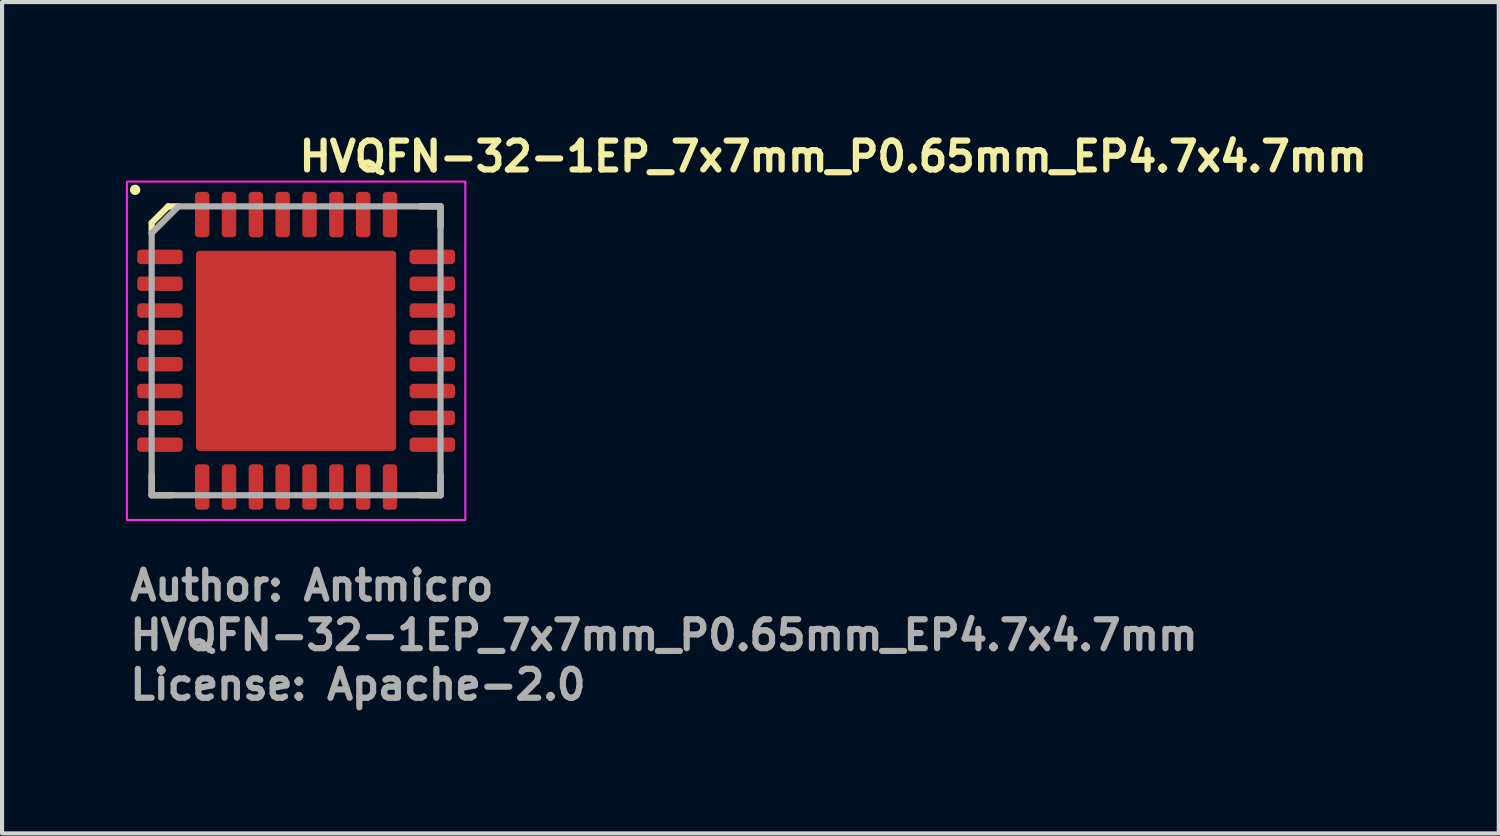
<source format=kicad_pcb>
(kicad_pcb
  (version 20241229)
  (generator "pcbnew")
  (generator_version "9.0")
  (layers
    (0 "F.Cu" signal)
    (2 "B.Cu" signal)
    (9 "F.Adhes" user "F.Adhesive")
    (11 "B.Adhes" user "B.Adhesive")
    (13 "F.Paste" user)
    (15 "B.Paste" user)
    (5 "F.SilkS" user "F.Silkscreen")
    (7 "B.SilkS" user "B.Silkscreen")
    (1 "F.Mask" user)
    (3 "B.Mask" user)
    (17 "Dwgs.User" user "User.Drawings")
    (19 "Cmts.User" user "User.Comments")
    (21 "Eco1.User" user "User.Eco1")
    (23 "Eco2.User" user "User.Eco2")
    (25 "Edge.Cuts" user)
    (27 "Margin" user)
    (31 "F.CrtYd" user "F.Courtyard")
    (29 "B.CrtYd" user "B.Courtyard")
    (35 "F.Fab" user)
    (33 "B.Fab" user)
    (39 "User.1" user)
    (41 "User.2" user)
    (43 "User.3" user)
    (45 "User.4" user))
  (footprint "HVQFN-32-1EP_7x7mm_P0.65mm_EP4.7x4.7mm"
    (layer "F.Cu")
    (at 4.125 5.45)
    (property "Reference" "HVQFN-32-1EP_7x7mm_P0.65mm_EP4.7x4.7mm" (at 0 -4.3 0) (layer "F.SilkS") (effects (font (size 0.7 0.7) (thickness 0.15)) (justify left bottom)))
    (attr smd)
    (fp_line (start -3.5 -3.1) (end -3.1 -3.5) (stroke (width 0.15) (type solid)) (layer "F.SilkS"))
    (fp_line (start -3.5 -2.85) (end -3.5 -3.1) (stroke (width 0.15) (type solid)) (layer "F.SilkS"))
    (fp_line (start -3.5 3) (end -3.5 3.5) (stroke (width 0.15) (type solid)) (layer "F.SilkS"))
    (fp_line (start -3 3.5) (end -3.5 3.5) (stroke (width 0.15) (type solid)) (layer "F.SilkS"))
    (fp_line (start -2.85 -3.5) (end -3.1 -3.5) (stroke (width 0.15) (type solid)) (layer "F.SilkS"))
    (fp_line (start 3 -3.5) (end 3.5 -3.5) (stroke (width 0.15) (type solid)) (layer "F.SilkS"))
    (fp_line (start 3 3.5) (end 3.5 3.5) (stroke (width 0.15) (type solid)) (layer "F.SilkS"))
    (fp_line (start 3.5 -3) (end 3.5 -3.5) (stroke (width 0.15) (type solid)) (layer "F.SilkS"))
    (fp_line (start 3.5 3) (end 3.5 3.5) (stroke (width 0.15) (type solid)) (layer "F.SilkS"))
    (fp_circle (center -3.9 -3.9) (end -3.85 -3.9) (stroke (width 0.15) (type solid)) (fill yes) (layer "F.SilkS"))
    (fp_rect (start -4.1 -4.1) (end 4.1 4.1) (stroke (width 0.05) (type solid)) (fill no) (layer "F.CrtYd"))
    (fp_line (start -3.5 -2.85) (end -2.85 -3.5) (stroke (width 0.15) (type solid)) (layer "F.Fab"))
    (fp_line (start -3.5 3.5) (end -3.5 -2.85) (stroke (width 0.15) (type solid)) (layer "F.Fab"))
    (fp_line (start -2.85 -3.5) (end 3.5 -3.5) (stroke (width 0.15) (type solid)) (layer "F.Fab"))
    (fp_line (start 3.5 -3.5) (end 3.5 3.5) (stroke (width 0.15) (type solid)) (layer "F.Fab"))
    (fp_line (start 3.5 3.5) (end -3.5 3.5) (stroke (width 0.15) (type solid)) (layer "F.Fab"))
    (fp_rect (start -3.55 -3.55) (end 3.55 3.55) (stroke (width 0.1) (type solid)) (fill no) (layer "User.5"))
    (fp_line (start -3.55 -2.42) (end -3.5 -2.42) (stroke (width 0.02) (type solid)) (layer "User.9"))
    (fp_line (start -3.55 -2.13) (end -3.55 -2.42) (stroke (width 0.02) (type solid)) (layer "User.9"))
    (fp_line (start -3.55 -2.13) (end -3.5 -2.13) (stroke (width 0.02) (type solid)) (layer "User.9"))
    (fp_line (start -3.55 -1.77) (end -3.5 -1.77) (stroke (width 0.02) (type solid)) (layer "User.9"))
    (fp_line (start -3.55 -1.48) (end -3.55 -1.77) (stroke (width 0.02) (type solid)) (layer "User.9"))
    (fp_line (start -3.55 -1.48) (end -3.5 -1.48) (stroke (width 0.02) (type solid)) (layer "User.9"))
    (fp_line (start -3.55 -1.12) (end -3.5 -1.12) (stroke (width 0.02) (type solid)) (layer "User.9"))
    (fp_line (start -3.55 -0.83) (end -3.55 -1.12) (stroke (width 0.02) (type solid)) (layer "User.9"))
    (fp_line (start -3.55 -0.83) (end -3.5 -0.83) (stroke (width 0.02) (type solid)) (layer "User.9"))
    (fp_line (start -3.55 -0.47) (end -3.5 -0.47) (stroke (width 0.02) (type solid)) (layer "User.9"))
    (fp_line (start -3.55 -0.18) (end -3.55 -0.47) (stroke (width 0.02) (type solid)) (layer "User.9"))
    (fp_line (start -3.55 -0.18) (end -3.5 -0.18) (stroke (width 0.02) (type solid)) (layer "User.9"))
    (fp_line (start -3.55 0.18) (end -3.5 0.18) (stroke (width 0.02) (type solid)) (layer "User.9"))
    (fp_line (start -3.55 0.47) (end -3.55 0.18) (stroke (width 0.02) (type solid)) (layer "User.9"))
    (fp_line (start -3.55 0.47) (end -3.5 0.47) (stroke (width 0.02) (type solid)) (layer "User.9"))
    (fp_line (start -3.55 0.83) (end -3.5 0.83) (stroke (width 0.02) (type solid)) (layer "User.9"))
    (fp_line (start -3.55 1.12) (end -3.55 0.83) (stroke (width 0.02) (type solid)) (layer "User.9"))
    (fp_line (start -3.55 1.12) (end -3.5 1.12) (stroke (width 0.02) (type solid)) (layer "User.9"))
    (fp_line (start -3.55 1.48) (end -3.5 1.48) (stroke (width 0.02) (type solid)) (layer "User.9"))
    (fp_line (start -3.55 1.77) (end -3.55 1.48) (stroke (width 0.02) (type solid)) (layer "User.9"))
    (fp_line (start -3.55 1.77) (end -3.5 1.77) (stroke (width 0.02) (type solid)) (layer "User.9"))
    (fp_line (start -3.55 2.13) (end -3.5 2.13) (stroke (width 0.02) (type solid)) (layer "User.9"))
    (fp_line (start -3.55 2.42) (end -3.55 2.13) (stroke (width 0.02) (type solid)) (layer "User.9"))
    (fp_line (start -3.55 2.42) (end -3.5 2.42) (stroke (width 0.02) (type solid)) (layer "User.9"))
    (fp_line (start -3.5 -3.5) (end 3.5 -3.5) (stroke (width 0.02) (type solid)) (layer "User.9"))
    (fp_line (start -3.5 -1.77) (end -3.5 -2.13) (stroke (width 0.02) (type solid)) (layer "User.9"))
    (fp_line (start -3.5 -1.12) (end -3.5 -0.47) (stroke (width 0.02) (type solid)) (layer "User.9"))
    (fp_line (start -3.5 -0.83) (end -3.5 -1.12) (stroke (width 0.02) (type solid)) (layer "User.9"))
    (fp_line (start -3.5 -0.18) (end -3.5 0.18) (stroke (width 0.02) (type solid)) (layer "User.9"))
    (fp_line (start -3.5 0.47) (end -3.5 0.83) (stroke (width 0.02) (type solid)) (layer "User.9"))
    (fp_line (start -3.5 1.12) (end -3.5 1.48) (stroke (width 0.02) (type solid)) (layer "User.9"))
    (fp_line (start -3.5 1.77) (end -3.5 2.13) (stroke (width 0.02) (type solid)) (layer "User.9"))
    (fp_line (start -3.5 3.5) (end -3.5 -3.5) (stroke (width 0.02) (type solid)) (layer "User.9"))
    (fp_line (start -3.5 3.5) (end 3.5 3.5) (stroke (width 0.02) (type solid)) (layer "User.9"))
    (fp_line (start -3.062 -2.654) (end -3.062 -2.596) (stroke (width 0.02) (type solid)) (layer "User.9"))
    (fp_line (start -3.062 -2.596) (end -3.054 -2.538) (stroke (width 0.02) (type solid)) (layer "User.9"))
    (fp_line (start -3.054 -2.712) (end -3.062 -2.654) (stroke (width 0.02) (type solid)) (layer "User.9"))
    (fp_line (start -3.054 -2.538) (end -3.038 -2.481) (stroke (width 0.02) (type solid)) (layer "User.9"))
    (fp_line (start -3.038 -2.769) (end -3.054 -2.712) (stroke (width 0.02) (type solid)) (layer "User.9"))
    (fp_line (start -3.038 -2.481) (end -3.015 -2.428) (stroke (width 0.02) (type solid)) (layer "User.9"))
    (fp_line (start -3.016 -2.823) (end -3.038 -2.769) (stroke (width 0.02) (type solid)) (layer "User.9"))
    (fp_line (start -3.015 -2.428) (end -2.985 -2.378) (stroke (width 0.02) (type solid)) (layer "User.9"))
    (fp_line (start -2.986 -2.873) (end -3.016 -2.823) (stroke (width 0.02) (type solid)) (layer "User.9"))
    (fp_line (start -2.985 -2.378) (end -2.949 -2.332) (stroke (width 0.02) (type solid)) (layer "User.9"))
    (fp_line (start -2.949 -2.919) (end -2.986 -2.873) (stroke (width 0.02) (type solid)) (layer "User.9"))
    (fp_line (start -2.949 -2.332) (end -2.907 -2.291) (stroke (width 0.02) (type solid)) (layer "User.9"))
    (fp_line (start -2.907 -2.959) (end -2.949 -2.919) (stroke (width 0.02) (type solid)) (layer "User.9"))
    (fp_line (start -2.907 -2.291) (end -2.86 -2.256) (stroke (width 0.02) (type solid)) (layer "User.9"))
    (fp_line (start -2.86 -2.994) (end -2.907 -2.959) (stroke (width 0.02) (type solid)) (layer "User.9"))
    (fp_line (start -2.86 -2.256) (end -2.81 -2.228) (stroke (width 0.02) (type solid)) (layer "User.9"))
    (fp_line (start -2.81 -2.228) (end -2.755 -2.208) (stroke (width 0.02) (type solid)) (layer "User.9"))
    (fp_line (start -2.809 -3.022) (end -2.86 -2.994) (stroke (width 0.02) (type solid)) (layer "User.9"))
    (fp_line (start -2.755 -3.043) (end -2.809 -3.022) (stroke (width 0.02) (type solid)) (layer "User.9"))
    (fp_line (start -2.755 -2.208) (end -2.698 -2.194) (stroke (width 0.02) (type solid)) (layer "User.9"))
    (fp_line (start -2.698 -3.056) (end -2.755 -3.043) (stroke (width 0.02) (type solid)) (layer "User.9"))
    (fp_line (start -2.698 -2.194) (end -2.64 -2.188) (stroke (width 0.02) (type solid)) (layer "User.9"))
    (fp_line (start -2.64 -3.062) (end -2.698 -3.056) (stroke (width 0.02) (type solid)) (layer "User.9"))
    (fp_line (start -2.64 -2.188) (end -2.581 -2.19) (stroke (width 0.02) (type solid)) (layer "User.9"))
    (fp_line (start -2.581 -3.061) (end -2.64 -3.062) (stroke (width 0.02) (type solid)) (layer "User.9"))
    (fp_line (start -2.581 -2.19) (end -2.524 -2.2) (stroke (width 0.02) (type solid)) (layer "User.9"))
    (fp_line (start -2.524 -3.051) (end -2.581 -3.061) (stroke (width 0.02) (type solid)) (layer "User.9"))
    (fp_line (start -2.524 -3.051) (end -2.468 -3.033) (stroke (width 0.02) (type solid)) (layer "User.9"))
    (fp_line (start -2.524 -2.2) (end -2.468 -2.217) (stroke (width 0.02) (type solid)) (layer "User.9"))
    (fp_line (start -2.468 -2.217) (end -2.415 -2.241) (stroke (width 0.02) (type solid)) (layer "User.9"))
    (fp_line (start -2.42 -3.55) (end -2.13 -3.55) (stroke (width 0.02) (type solid)) (layer "User.9"))
    (fp_line (start -2.42 -3.5) (end -2.42 -3.55) (stroke (width 0.02) (type solid)) (layer "User.9"))
    (fp_line (start -2.42 -3.018) (end -2.524 -3.051) (stroke (width 0.02) (type solid)) (layer "User.9"))
    (fp_line (start -2.42 -3.018) (end -2.415 -3.009) (stroke (width 0.02) (type solid)) (layer "User.9"))
    (fp_line (start -2.42 3.5) (end -2.13 3.5) (stroke (width 0.02) (type solid)) (layer "User.9"))
    (fp_line (start -2.42 3.55) (end -2.42 3.5) (stroke (width 0.02) (type solid)) (layer "User.9"))
    (fp_line (start -2.415 -3.009) (end -2.468 -3.033) (stroke (width 0.02) (type solid)) (layer "User.9"))
    (fp_line (start -2.415 -2.241) (end -2.365 -2.273) (stroke (width 0.02) (type solid)) (layer "User.9"))
    (fp_line (start -2.365 -2.977) (end -2.415 -3.009) (stroke (width 0.02) (type solid)) (layer "User.9"))
    (fp_line (start -2.365 -2.273) (end -2.321 -2.311) (stroke (width 0.02) (type solid)) (layer "User.9"))
    (fp_line (start -2.321 -2.939) (end -2.365 -2.977) (stroke (width 0.02) (type solid)) (layer "User.9"))
    (fp_line (start -2.321 -2.311) (end -2.281 -2.354) (stroke (width 0.02) (type solid)) (layer "User.9"))
    (fp_line (start -2.282 -2.896) (end -2.321 -2.939) (stroke (width 0.02) (type solid)) (layer "User.9"))
    (fp_line (start -2.281 -2.354) (end -2.249 -2.402) (stroke (width 0.02) (type solid)) (layer "User.9"))
    (fp_line (start -2.249 -2.848) (end -2.282 -2.896) (stroke (width 0.02) (type solid)) (layer "User.9"))
    (fp_line (start -2.249 -2.402) (end -2.222 -2.454) (stroke (width 0.02) (type solid)) (layer "User.9"))
    (fp_line (start -2.223 -2.796) (end -2.249 -2.848) (stroke (width 0.02) (type solid)) (layer "User.9"))
    (fp_line (start -2.222 -2.454) (end -2.203 -2.509) (stroke (width 0.02) (type solid)) (layer "User.9"))
    (fp_line (start -2.203 -2.741) (end -2.223 -2.796) (stroke (width 0.02) (type solid)) (layer "User.9"))
    (fp_line (start -2.203 -2.509) (end -2.191 -2.567) (stroke (width 0.02) (type solid)) (layer "User.9"))
    (fp_line (start -2.191 -2.683) (end -2.203 -2.741) (stroke (width 0.02) (type solid)) (layer "User.9"))
    (fp_line (start -2.191 -2.567) (end -2.188 -2.625) (stroke (width 0.02) (type solid)) (layer "User.9"))
    (fp_line (start -2.188 -2.625) (end -2.191 -2.683) (stroke (width 0.02) (type solid)) (layer "User.9"))
    (fp_line (start -2.13 -3.5) (end -2.13 -3.55) (stroke (width 0.02) (type solid)) (layer "User.9"))
    (fp_line (start -2.13 3.55) (end -2.42 3.55) (stroke (width 0.02) (type solid)) (layer "User.9"))
    (fp_line (start -2.13 3.55) (end -2.13 3.5) (stroke (width 0.02) (type solid)) (layer "User.9"))
    (fp_line (start -1.77 -3.55) (end -1.48 -3.55) (stroke (width 0.02) (type solid)) (layer "User.9"))
    (fp_line (start -1.77 -3.5) (end -2.13 -3.5) (stroke (width 0.02) (type solid)) (layer "User.9"))
    (fp_line (start -1.77 -3.5) (end -1.77 -3.55) (stroke (width 0.02) (type solid)) (layer "User.9"))
    (fp_line (start -1.77 3.5) (end -1.48 3.5) (stroke (width 0.02) (type solid)) (layer "User.9"))
    (fp_line (start -1.77 3.55) (end -1.77 3.5) (stroke (width 0.02) (type solid)) (layer "User.9"))
    (fp_line (start -1.48 -3.5) (end -1.48 -3.55) (stroke (width 0.02) (type solid)) (layer "User.9"))
    (fp_line (start -1.48 3.55) (end -1.77 3.55) (stroke (width 0.02) (type solid)) (layer "User.9"))
    (fp_line (start -1.48 3.55) (end -1.48 3.5) (stroke (width 0.02) (type solid)) (layer "User.9"))
    (fp_line (start -1.12 -3.55) (end -0.83 -3.55) (stroke (width 0.02) (type solid)) (layer "User.9"))
    (fp_line (start -1.12 -3.5) (end -1.48 -3.5) (stroke (width 0.02) (type solid)) (layer "User.9"))
    (fp_line (start -1.12 -3.5) (end -1.12 -3.55) (stroke (width 0.02) (type solid)) (layer "User.9"))
    (fp_line (start -1.12 3.5) (end -0.83 3.5) (stroke (width 0.02) (type solid)) (layer "User.9"))
    (fp_line (start -1.12 3.55) (end -1.12 3.5) (stroke (width 0.02) (type solid)) (layer "User.9"))
    (fp_line (start -0.83 -3.5) (end -0.83 -3.55) (stroke (width 0.02) (type solid)) (layer "User.9"))
    (fp_line (start -0.83 3.55) (end -1.12 3.55) (stroke (width 0.02) (type solid)) (layer "User.9"))
    (fp_line (start -0.83 3.55) (end -0.83 3.5) (stroke (width 0.02) (type solid)) (layer "User.9"))
    (fp_line (start -0.47 -3.55) (end -0.18 -3.55) (stroke (width 0.02) (type solid)) (layer "User.9"))
    (fp_line (start -0.47 -3.5) (end -0.83 -3.5) (stroke (width 0.02) (type solid)) (layer "User.9"))
    (fp_line (start -0.47 -3.5) (end -0.47 -3.55) (stroke (width 0.02) (type solid)) (layer "User.9"))
    (fp_line (start -0.47 3.5) (end 0.18 3.5) (stroke (width 0.02) (type solid)) (layer "User.9"))
    (fp_line (start -0.47 3.55) (end -0.47 3.5) (stroke (width 0.02) (type solid)) (layer "User.9"))
    (fp_line (start -0.47 3.55) (end -0.18 3.55) (stroke (width 0.02) (type solid)) (layer "User.9"))
    (fp_line (start -0.18 -3.5) (end -0.18 -3.55) (stroke (width 0.02) (type solid)) (layer "User.9"))
    (fp_line (start -0.18 3.5) (end -0.47 3.5) (stroke (width 0.02) (type solid)) (layer "User.9"))
    (fp_line (start -0.18 3.55) (end -0.18 3.5) (stroke (width 0.02) (type solid)) (layer "User.9"))
    (fp_line (start 0.18 -3.55) (end 0.47 -3.55) (stroke (width 0.02) (type solid)) (layer "User.9"))
    (fp_line (start 0.18 -3.5) (end 0.18 -3.55) (stroke (width 0.02) (type solid)) (layer "User.9"))
    (fp_line (start 0.18 3.55) (end 0.18 3.5) (stroke (width 0.02) (type solid)) (layer "User.9"))
    (fp_line (start 0.18 3.55) (end 0.47 3.55) (stroke (width 0.02) (type solid)) (layer "User.9"))
    (fp_line (start 0.47 -3.5) (end 0.18 -3.5) (stroke (width 0.02) (type solid)) (layer "User.9"))
    (fp_line (start 0.47 -3.5) (end 0.47 -3.55) (stroke (width 0.02) (type solid)) (layer "User.9"))
    (fp_line (start 0.47 3.5) (end 0.83 3.5) (stroke (width 0.02) (type solid)) (layer "User.9"))
    (fp_line (start 0.47 3.55) (end 0.47 3.5) (stroke (width 0.02) (type solid)) (layer "User.9"))
    (fp_line (start 0.83 -3.55) (end 1.12 -3.55) (stroke (width 0.02) (type solid)) (layer "User.9"))
    (fp_line (start 0.83 -3.5) (end 0.83 -3.55) (stroke (width 0.02) (type solid)) (layer "User.9"))
    (fp_line (start 0.83 3.55) (end 0.83 3.5) (stroke (width 0.02) (type solid)) (layer "User.9"))
    (fp_line (start 0.83 3.55) (end 1.12 3.55) (stroke (width 0.02) (type solid)) (layer "User.9"))
    (fp_line (start 1.12 -3.5) (end 0.83 -3.5) (stroke (width 0.02) (type solid)) (layer "User.9"))
    (fp_line (start 1.12 -3.5) (end 1.12 -3.55) (stroke (width 0.02) (type solid)) (layer "User.9"))
    (fp_line (start 1.12 3.5) (end 1.48 3.5) (stroke (width 0.02) (type solid)) (layer "User.9"))
    (fp_line (start 1.12 3.55) (end 1.12 3.5) (stroke (width 0.02) (type solid)) (layer "User.9"))
    (fp_line (start 1.48 -3.55) (end 1.77 -3.55) (stroke (width 0.02) (type solid)) (layer "User.9"))
    (fp_line (start 1.48 -3.5) (end 1.48 -3.55) (stroke (width 0.02) (type solid)) (layer "User.9"))
    (fp_line (start 1.48 3.55) (end 1.48 3.5) (stroke (width 0.02) (type solid)) (layer "User.9"))
    (fp_line (start 1.48 3.55) (end 1.77 3.55) (stroke (width 0.02) (type solid)) (layer "User.9"))
    (fp_line (start 1.77 -3.5) (end 1.48 -3.5) (stroke (width 0.02) (type solid)) (layer "User.9"))
    (fp_line (start 1.77 -3.5) (end 1.77 -3.55) (stroke (width 0.02) (type solid)) (layer "User.9"))
    (fp_line (start 1.77 3.5) (end 2.13 3.5) (stroke (width 0.02) (type solid)) (layer "User.9"))
    (fp_line (start 1.77 3.55) (end 1.77 3.5) (stroke (width 0.02) (type solid)) (layer "User.9"))
    (fp_line (start 2.13 -3.55) (end 2.42 -3.55) (stroke (width 0.02) (type solid)) (layer "User.9"))
    (fp_line (start 2.13 -3.5) (end 2.13 -3.55) (stroke (width 0.02) (type solid)) (layer "User.9"))
    (fp_line (start 2.13 3.55) (end 2.13 3.5) (stroke (width 0.02) (type solid)) (layer "User.9"))
    (fp_line (start 2.13 3.55) (end 2.42 3.55) (stroke (width 0.02) (type solid)) (layer "User.9"))
    (fp_line (start 2.42 -3.5) (end 2.13 -3.5) (stroke (width 0.02) (type solid)) (layer "User.9"))
    (fp_line (start 2.42 -3.5) (end 2.42 -3.55) (stroke (width 0.02) (type solid)) (layer "User.9"))
    (fp_line (start 2.42 3.55) (end 2.42 3.5) (stroke (width 0.02) (type solid)) (layer "User.9"))
    (fp_line (start 3.5 -2.42) (end 3.55 -2.42) (stroke (width 0.02) (type solid)) (layer "User.9"))
    (fp_line (start 3.5 -2.13) (end 3.55 -2.13) (stroke (width 0.02) (type solid)) (layer "User.9"))
    (fp_line (start 3.5 -1.77) (end 3.5 -2.13) (stroke (width 0.02) (type solid)) (layer "User.9"))
    (fp_line (start 3.5 -1.77) (end 3.55 -1.77) (stroke (width 0.02) (type solid)) (layer "User.9"))
    (fp_line (start 3.5 -1.48) (end 3.55 -1.48) (stroke (width 0.02) (type solid)) (layer "User.9"))
    (fp_line (start 3.5 -1.12) (end 3.55 -1.12) (stroke (width 0.02) (type solid)) (layer "User.9"))
    (fp_line (start 3.5 -0.83) (end 3.5 -0.47) (stroke (width 0.02) (type solid)) (layer "User.9"))
    (fp_line (start 3.5 -0.83) (end 3.55 -0.83) (stroke (width 0.02) (type solid)) (layer "User.9"))
    (fp_line (start 3.5 -0.47) (end 3.55 -0.47) (stroke (width 0.02) (type solid)) (layer "User.9"))
    (fp_line (start 3.5 -0.18) (end 3.5 0.18) (stroke (width 0.02) (type solid)) (layer "User.9"))
    (fp_line (start 3.5 -0.18) (end 3.55 -0.18) (stroke (width 0.02) (type solid)) (layer "User.9"))
    (fp_line (start 3.5 0.18) (end 3.55 0.18) (stroke (width 0.02) (type solid)) (layer "User.9"))
    (fp_line (start 3.5 0.47) (end 3.5 0.83) (stroke (width 0.02) (type solid)) (layer "User.9"))
    (fp_line (start 3.5 0.47) (end 3.55 0.47) (stroke (width 0.02) (type solid)) (layer "User.9"))
    (fp_line (start 3.5 0.83) (end 3.55 0.83) (stroke (width 0.02) (type solid)) (layer "User.9"))
    (fp_line (start 3.5 1.12) (end 3.5 1.48) (stroke (width 0.02) (type solid)) (layer "User.9"))
    (fp_line (start 3.5 1.12) (end 3.55 1.12) (stroke (width 0.02) (type solid)) (layer "User.9"))
    (fp_line (start 3.5 1.48) (end 3.55 1.48) (stroke (width 0.02) (type solid)) (layer "User.9"))
    (fp_line (start 3.5 1.77) (end 3.5 2.13) (stroke (width 0.02) (type solid)) (layer "User.9"))
    (fp_line (start 3.5 1.77) (end 3.55 1.77) (stroke (width 0.02) (type solid)) (layer "User.9"))
    (fp_line (start 3.5 2.13) (end 3.55 2.13) (stroke (width 0.02) (type solid)) (layer "User.9"))
    (fp_line (start 3.5 2.42) (end 3.55 2.42) (stroke (width 0.02) (type solid)) (layer "User.9"))
    (fp_line (start 3.5 3.5) (end 3.5 -3.5) (stroke (width 0.02) (type solid)) (layer "User.9"))
    (fp_line (start 3.55 -2.13) (end 3.55 -2.42) (stroke (width 0.02) (type solid)) (layer "User.9"))
    (fp_line (start 3.55 -1.48) (end 3.55 -1.77) (stroke (width 0.02) (type solid)) (layer "User.9"))
    (fp_line (start 3.55 -0.83) (end 3.55 -1.12) (stroke (width 0.02) (type solid)) (layer "User.9"))
    (fp_line (start 3.55 -0.18) (end 3.55 -0.47) (stroke (width 0.02) (type solid)) (layer "User.9"))
    (fp_line (start 3.55 0.47) (end 3.55 0.18) (stroke (width 0.02) (type solid)) (layer "User.9"))
    (fp_line (start 3.55 1.12) (end 3.55 0.83) (stroke (width 0.02) (type solid)) (layer "User.9"))
    (fp_line (start 3.55 1.77) (end 3.55 1.48) (stroke (width 0.02) (type solid)) (layer "User.9"))
    (fp_line (start 3.55 2.42) (end 3.55 2.13) (stroke (width 0.02) (type solid)) (layer "User.9"))
    (fp_text user "Author: Antmicro" (at -4.1 6.1 0) (layer "F.Fab") (effects (font (size 0.7 0.7) (thickness 0.15)) (justify left bottom)))
    (fp_text user "License: Apache-2.0" (at -4.1 8.5 0) (layer "F.Fab") (effects (font (size 0.7 0.7) (thickness 0.15)) (justify left bottom)))
    (fp_text user "${REFERENCE}" (at -4.1 7.3 0) (layer "F.Fab") (effects (font (size 0.7 0.7) (thickness 0.15)) (justify left bottom)))
    (pad "" smd roundrect (at -1.42 -1.42) (size 1.14 1.14) (layers "F.Paste") (roundrect_rratio 0.219))
    (pad "" smd roundrect (at -1.42 0) (size 1.14 1.14) (layers "F.Paste") (roundrect_rratio 0.219))
    (pad "" smd roundrect (at -1.42 1.42) (size 1.14 1.14) (layers "F.Paste") (roundrect_rratio 0.219))
    (pad "" smd roundrect (at 0 -1.42) (size 1.14 1.14) (layers "F.Paste") (roundrect_rratio 0.219))
    (pad "" smd roundrect (at 0 0) (size 1.14 1.14) (layers "F.Paste") (roundrect_rratio 0.219))
    (pad "" smd roundrect (at 0 1.42) (size 1.14 1.14) (layers "F.Paste") (roundrect_rratio 0.219))
    (pad "" smd roundrect (at 1.42 -1.42) (size 1.14 1.14) (layers "F.Paste") (roundrect_rratio 0.219))
    (pad "" smd roundrect (at 1.42 0) (size 1.14 1.14) (layers "F.Paste") (roundrect_rratio 0.219))
    (pad "" smd roundrect (at 1.42 1.42) (size 1.14 1.14) (layers "F.Paste") (roundrect_rratio 0.219))
    (pad "1" smd roundrect (at -3.3 -2.275 90) (size 0.35 1.1) (layers "F.Cu" "F.Mask" "F.Paste") (roundrect_rratio 0.25))
    (pad "2" smd roundrect (at -3.3 -1.625 90) (size 0.35 1.1) (layers "F.Cu" "F.Mask" "F.Paste") (roundrect_rratio 0.25))
    (pad "3" smd roundrect (at -3.3 -0.975 90) (size 0.35 1.1) (layers "F.Cu" "F.Mask" "F.Paste") (roundrect_rratio 0.25))
    (pad "4" smd roundrect (at -3.3 -0.325 90) (size 0.35 1.1) (layers "F.Cu" "F.Mask" "F.Paste") (roundrect_rratio 0.25))
    (pad "5" smd roundrect (at -3.3 0.325 90) (size 0.35 1.1) (layers "F.Cu" "F.Mask" "F.Paste") (roundrect_rratio 0.25))
    (pad "6" smd roundrect (at -3.3 0.975 90) (size 0.35 1.1) (layers "F.Cu" "F.Mask" "F.Paste") (roundrect_rratio 0.25))
    (pad "7" smd roundrect (at -3.3 1.625 90) (size 0.35 1.1) (layers "F.Cu" "F.Mask" "F.Paste") (roundrect_rratio 0.25))
    (pad "8" smd roundrect (at -3.3 2.275 90) (size 0.35 1.1) (layers "F.Cu" "F.Mask" "F.Paste") (roundrect_rratio 0.25))
    (pad "9" smd roundrect (at -2.275 3.3) (size 0.35 1.1) (layers "F.Cu" "F.Mask" "F.Paste") (roundrect_rratio 0.25))
    (pad "10" smd roundrect (at -1.625 3.3) (size 0.35 1.1) (layers "F.Cu" "F.Mask" "F.Paste") (roundrect_rratio 0.25))
    (pad "11" smd roundrect (at -0.975 3.3) (size 0.35 1.1) (layers "F.Cu" "F.Mask" "F.Paste") (roundrect_rratio 0.25))
    (pad "12" smd roundrect (at -0.325 3.3) (size 0.35 1.1) (layers "F.Cu" "F.Mask" "F.Paste") (roundrect_rratio 0.25))
    (pad "13" smd roundrect (at 0.325 3.3) (size 0.35 1.1) (layers "F.Cu" "F.Mask" "F.Paste") (roundrect_rratio 0.25))
    (pad "14" smd roundrect (at 0.975 3.3) (size 0.35 1.1) (layers "F.Cu" "F.Mask" "F.Paste") (roundrect_rratio 0.25))
    (pad "15" smd roundrect (at 1.625 3.3) (size 0.35 1.1) (layers "F.Cu" "F.Mask" "F.Paste") (roundrect_rratio 0.25))
    (pad "16" smd roundrect (at 2.275 3.3) (size 0.35 1.1) (layers "F.Cu" "F.Mask" "F.Paste") (roundrect_rratio 0.25))
    (pad "17" smd roundrect (at 3.3 2.275 90) (size 0.35 1.1) (layers "F.Cu" "F.Mask" "F.Paste") (roundrect_rratio 0.25))
    (pad "18" smd roundrect (at 3.3 1.625 90) (size 0.35 1.1) (layers "F.Cu" "F.Mask" "F.Paste") (roundrect_rratio 0.25))
    (pad "19" smd roundrect (at 3.3 0.975 90) (size 0.35 1.1) (layers "F.Cu" "F.Mask" "F.Paste") (roundrect_rratio 0.25))
    (pad "20" smd roundrect (at 3.3 0.325 90) (size 0.35 1.1) (layers "F.Cu" "F.Mask" "F.Paste") (roundrect_rratio 0.25))
    (pad "21" smd roundrect (at 3.3 -0.325 90) (size 0.35 1.1) (layers "F.Cu" "F.Mask" "F.Paste") (roundrect_rratio 0.25))
    (pad "22" smd roundrect (at 3.3 -0.975 90) (size 0.35 1.1) (layers "F.Cu" "F.Mask" "F.Paste") (roundrect_rratio 0.25))
    (pad "23" smd roundrect (at 3.3 -1.625 90) (size 0.35 1.1) (layers "F.Cu" "F.Mask" "F.Paste") (roundrect_rratio 0.25))
    (pad "24" smd roundrect (at 3.3 -2.275 90) (size 0.35 1.1) (layers "F.Cu" "F.Mask" "F.Paste") (roundrect_rratio 0.25))
    (pad "25" smd roundrect (at 2.275 -3.3) (size 0.35 1.1) (layers "F.Cu" "F.Mask" "F.Paste") (roundrect_rratio 0.25))
    (pad "26" smd roundrect (at 1.625 -3.3) (size 0.35 1.1) (layers "F.Cu" "F.Mask" "F.Paste") (roundrect_rratio 0.25))
    (pad "27" smd roundrect (at 0.975 -3.3) (size 0.35 1.1) (layers "F.Cu" "F.Mask" "F.Paste") (roundrect_rratio 0.25))
    (pad "28" smd roundrect (at 0.325 -3.3) (size 0.35 1.1) (layers "F.Cu" "F.Mask" "F.Paste") (roundrect_rratio 0.25))
    (pad "29" smd roundrect (at -0.325 -3.3) (size 0.35 1.1) (layers "F.Cu" "F.Mask" "F.Paste") (roundrect_rratio 0.25))
    (pad "30" smd roundrect (at -0.975 -3.3) (size 0.35 1.1) (layers "F.Cu" "F.Mask" "F.Paste") (roundrect_rratio 0.25))
    (pad "31" smd roundrect (at -1.625 -3.3) (size 0.35 1.1) (layers "F.Cu" "F.Mask" "F.Paste") (roundrect_rratio 0.25))
    (pad "32" smd roundrect (at -2.275 -3.3) (size 0.35 1.1) (layers "F.Cu" "F.Mask" "F.Paste") (roundrect_rratio 0.25))
    (pad "33" smd roundrect (at 0 0) (size 4.85 4.85) (layers "F.Cu" "F.Mask") (roundrect_rratio 0.018)))
  (gr_rect
    (start -3 -3)
    (end 33.268 17.145)
    (stroke (width 0.1) (type default))
    (fill no)
    (layer "Edge.Cuts")))
</source>
